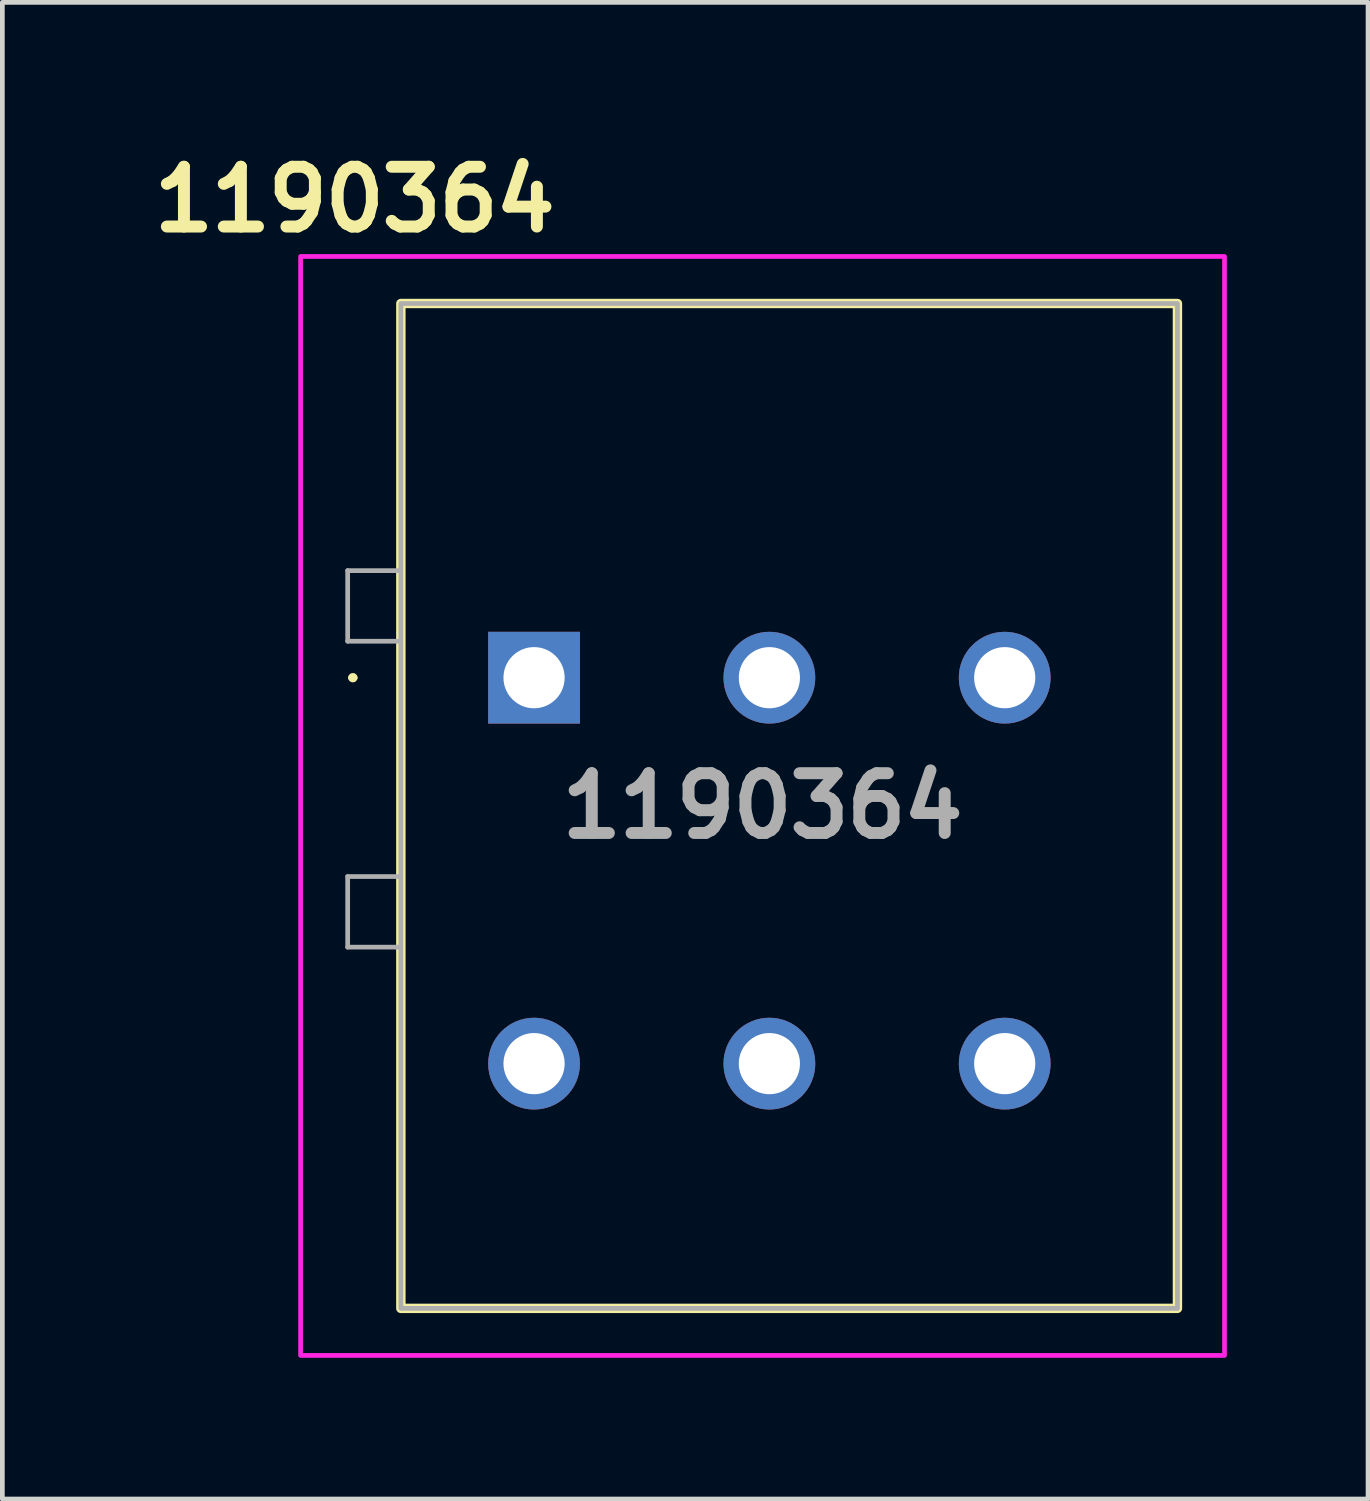
<source format=kicad_pcb>
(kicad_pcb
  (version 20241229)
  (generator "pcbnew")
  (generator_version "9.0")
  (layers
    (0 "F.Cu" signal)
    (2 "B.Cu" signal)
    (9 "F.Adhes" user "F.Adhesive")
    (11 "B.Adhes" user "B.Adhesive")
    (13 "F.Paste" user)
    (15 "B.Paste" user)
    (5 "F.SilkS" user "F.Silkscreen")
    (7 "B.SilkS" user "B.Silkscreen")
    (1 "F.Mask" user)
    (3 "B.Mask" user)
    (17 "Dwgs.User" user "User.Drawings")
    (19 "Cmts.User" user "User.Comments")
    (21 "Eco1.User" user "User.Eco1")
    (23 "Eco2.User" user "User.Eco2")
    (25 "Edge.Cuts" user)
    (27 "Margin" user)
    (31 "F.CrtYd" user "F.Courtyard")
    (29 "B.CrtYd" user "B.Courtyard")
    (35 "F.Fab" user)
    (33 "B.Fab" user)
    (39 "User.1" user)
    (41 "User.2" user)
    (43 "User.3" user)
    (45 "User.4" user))
  (footprint "1190364"
    (layer "F.Cu")
    (at 8.297 11.349)
    (property "Reference" "1190364" (at -3.81 -10.16 0) (layer "F.SilkS") (effects (font (size 1.27 1.27) (thickness 0.254))))
    (attr through_hole)
    (fp_rect (start -2.83 -7.95) (end 13.67 13.4) (stroke (width 0.2) (type solid)) (fill no) (layer "F.SilkS"))
    (fp_arc (start -3.9 0) (mid -3.85 -0.05) (end -3.8 0) (stroke (width 0.1) (type solid)) (layer "F.SilkS"))
    (fp_arc (start -3.8 0) (mid -3.85 0.05) (end -3.9 0) (stroke (width 0.1) (type solid)) (layer "F.SilkS"))
    (fp_rect (start -4.96 -8.95) (end 14.67 14.4) (stroke (width 0.1) (type solid)) (fill no) (layer "F.CrtYd"))
    (fp_line (start -3.96 -2.275) (end -3.96 -0.775) (stroke (width 0.1) (type solid)) (layer "F.Fab"))
    (fp_line (start -3.96 -0.775) (end -2.83 -0.775) (stroke (width 0.1) (type solid)) (layer "F.Fab"))
    (fp_line (start -3.96 4.225) (end -3.96 5.725) (stroke (width 0.1) (type solid)) (layer "F.Fab"))
    (fp_line (start -3.96 5.725) (end -2.83 5.725) (stroke (width 0.1) (type solid)) (layer "F.Fab"))
    (fp_line (start -2.83 -2.275) (end -3.96 -2.275) (stroke (width 0.1) (type solid)) (layer "F.Fab"))
    (fp_line (start -2.83 4.225) (end -3.96 4.225) (stroke (width 0.1) (type solid)) (layer "F.Fab"))
    (fp_rect (start -2.83 -7.95) (end 13.67 13.4) (stroke (width 0.1) (type solid)) (fill no) (layer "F.Fab"))
    (fp_text user "${REFERENCE}" (at 4.855 2.725 0) (layer "F.Fab") (effects (font (size 1.27 1.27) (thickness 0.254))))
    (pad "1" thru_hole rect (at 0 0) (size 1.95 1.95) (drill 1.3) (layers "*.Cu" "*.Mask"))
    (pad "1" thru_hole circle (at 0 8.2) (size 1.95 1.95) (drill 1.3) (layers "*.Cu" "*.Mask"))
    (pad "2" thru_hole circle (at 5 0) (size 1.95 1.95) (drill 1.3) (layers "*.Cu" "*.Mask"))
    (pad "2" thru_hole circle (at 5 8.2) (size 1.95 1.95) (drill 1.3) (layers "*.Cu" "*.Mask"))
    (pad "3" thru_hole circle (at 10 0) (size 1.95 1.95) (drill 1.3) (layers "*.Cu" "*.Mask"))
    (pad "3" thru_hole circle (at 10 8.2) (size 1.95 1.95) (drill 1.3) (layers "*.Cu" "*.Mask")))
  (gr_rect
    (start -3 -3)
    (end 26.017 28.799)
    (stroke (width 0.1) (type default))
    (fill no)
    (layer "Edge.Cuts")))
</source>
